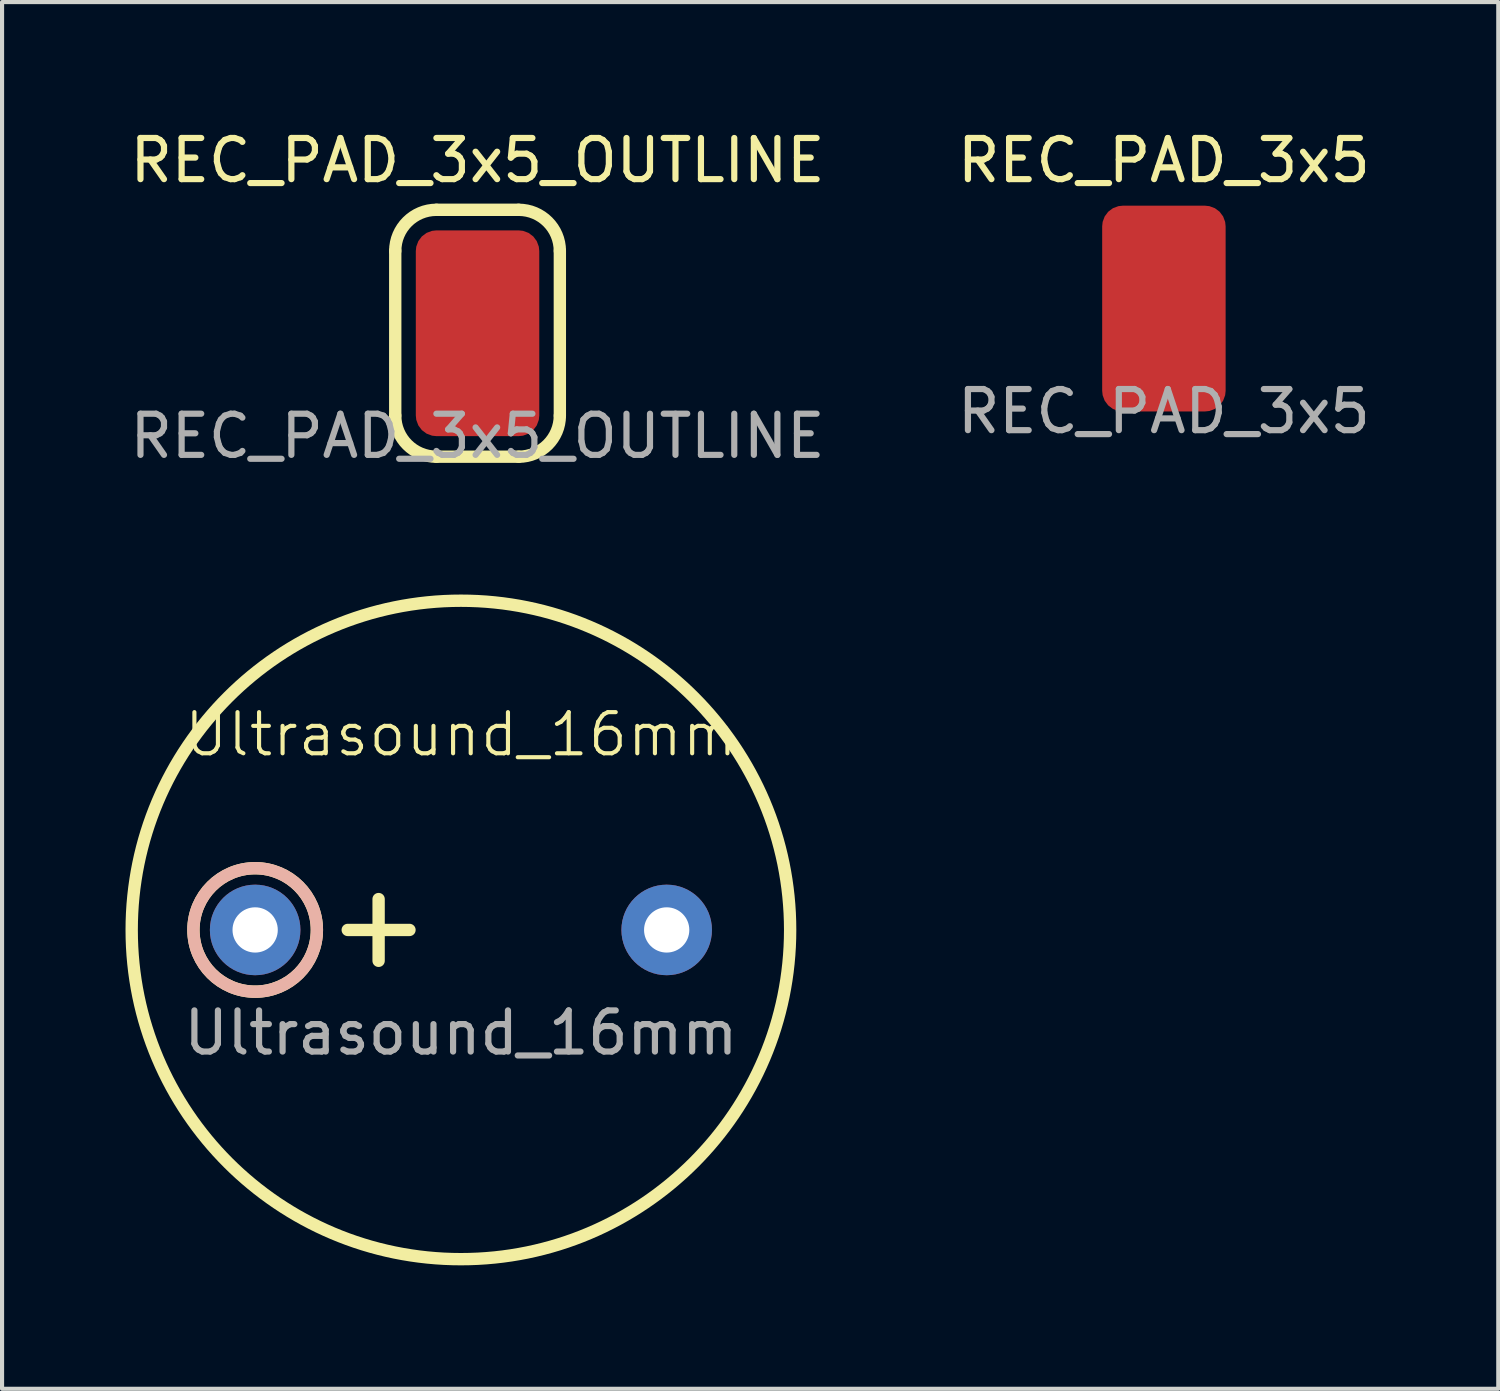
<source format=kicad_pcb>
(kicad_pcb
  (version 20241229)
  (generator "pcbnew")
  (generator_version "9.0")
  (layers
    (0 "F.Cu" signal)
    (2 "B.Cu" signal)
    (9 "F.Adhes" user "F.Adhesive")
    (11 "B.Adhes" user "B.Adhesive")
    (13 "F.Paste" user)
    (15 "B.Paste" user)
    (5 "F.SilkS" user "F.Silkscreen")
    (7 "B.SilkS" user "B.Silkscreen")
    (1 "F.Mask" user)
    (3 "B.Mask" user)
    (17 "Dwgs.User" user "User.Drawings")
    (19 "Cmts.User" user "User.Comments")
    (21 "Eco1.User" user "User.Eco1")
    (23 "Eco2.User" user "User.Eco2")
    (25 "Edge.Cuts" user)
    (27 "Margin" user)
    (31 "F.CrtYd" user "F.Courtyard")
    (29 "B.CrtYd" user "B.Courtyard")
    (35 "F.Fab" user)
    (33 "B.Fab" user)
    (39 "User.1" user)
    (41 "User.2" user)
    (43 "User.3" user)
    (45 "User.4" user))
  (footprint "REC_PAD_3x5"
    (layer "F.Cu")
    (at 25.232 4.448)
    (property "Reference" "REC_PAD_3x5" (at 0 -3.6 0) (unlocked yes) (layer "F.SilkS") (effects (font (size 1 1) (thickness 0.15))))
    (attr smd)
    (fp_text user "${REFERENCE}" (at 0 2.5 0) (unlocked yes) (layer "F.Fab") (effects (font (size 1 1) (thickness 0.15))))
    (pad "1" smd roundrect (at 0 0) (size 3 5) (layers "F.Cu" "F.Mask") (roundrect_rratio 0.167)))
  (footprint "Ultrasound_16mm"
    (layer "F.Cu")
    (at 8.15 19.547)
    (property "Reference" "Ultrasound_16mm" (at 0 -4.75 0) (unlocked yes) (layer "F.SilkS") (effects (font (size 1 1) (thickness 0.1))))
    (attr smd)
    (fp_line (start -2.75 0) (end -1.25 0) (stroke (width 0.3) (type default)) (layer "F.SilkS"))
    (fp_line (start -2 -0.75) (end -2 0.75) (stroke (width 0.3) (type default)) (layer "F.SilkS"))
    (fp_circle (center -5 0) (end -3.5 0) (stroke (width 0.3) (type solid)) (fill no) (layer "F.SilkS"))
    (fp_circle (center 0 0) (end 8 0) (stroke (width 0.3) (type solid)) (fill no) (layer "F.SilkS"))
    (fp_circle (center -5 0) (end -3.5 0) (stroke (width 0.3) (type solid)) (fill no) (layer "B.SilkS"))
    (fp_text user "${REFERENCE}" (at 0 2.5 0) (unlocked yes) (layer "F.Fab") (effects (font (size 1 1) (thickness 0.15))))
    (pad "1" thru_hole circle (at -5 0) (size 2.2 2.2) (drill 1.1) (layers "*.Cu" "*.Mask"))
    (pad "2" thru_hole circle (at 5 0) (size 2.2 2.2) (drill 1.1) (layers "*.Cu" "*.Mask")))
  (footprint "REC_PAD_3x5_OUTLINE"
    (layer "F.Cu")
    (at 8.554 5.048)
    (property "Reference" "REC_PAD_3x5_OUTLINE" (at 0 -4.2 0) (unlocked yes) (layer "F.SilkS") (effects (font (size 1 1) (thickness 0.15))))
    (attr smd)
    (fp_line (start -2 2) (end -2 -2) (stroke (width 0.3) (type default)) (layer "F.SilkS"))
    (fp_line (start -1 3) (end 1 3) (stroke (width 0.3) (type solid)) (layer "F.SilkS"))
    (fp_line (start 1 -3) (end -1 -3) (stroke (width 0.3) (type solid)) (layer "F.SilkS"))
    (fp_line (start 2 -2) (end 2 2) (stroke (width 0.3) (type default)) (layer "F.SilkS"))
    (fp_arc (start -2 -2) (mid -1.707107 -2.707107) (end -1 -3) (stroke (width 0.3) (type default)) (layer "F.SilkS"))
    (fp_arc (start -1 3) (mid -1.707107 2.707107) (end -2 2) (stroke (width 0.3) (type default)) (layer "F.SilkS"))
    (fp_arc (start 1 -3) (mid 1.707107 -2.707107) (end 2 -2) (stroke (width 0.3) (type default)) (layer "F.SilkS"))
    (fp_arc (start 2 2) (mid 1.707107 2.707107) (end 1 3) (stroke (width 0.3) (type default)) (layer "F.SilkS"))
    (fp_text user "${REFERENCE}" (at 0 2.5 0) (unlocked yes) (layer "F.Fab") (effects (font (size 1 1) (thickness 0.15))))
    (pad "1" smd roundrect (at 0 0) (size 3 5) (layers "F.Cu" "F.Mask") (roundrect_rratio 0.167)))
  (gr_rect
    (start -3 -3)
    (end 33.357 30.697)
    (stroke (width 0.1) (type default))
    (fill no)
    (layer "Edge.Cuts")))
</source>
